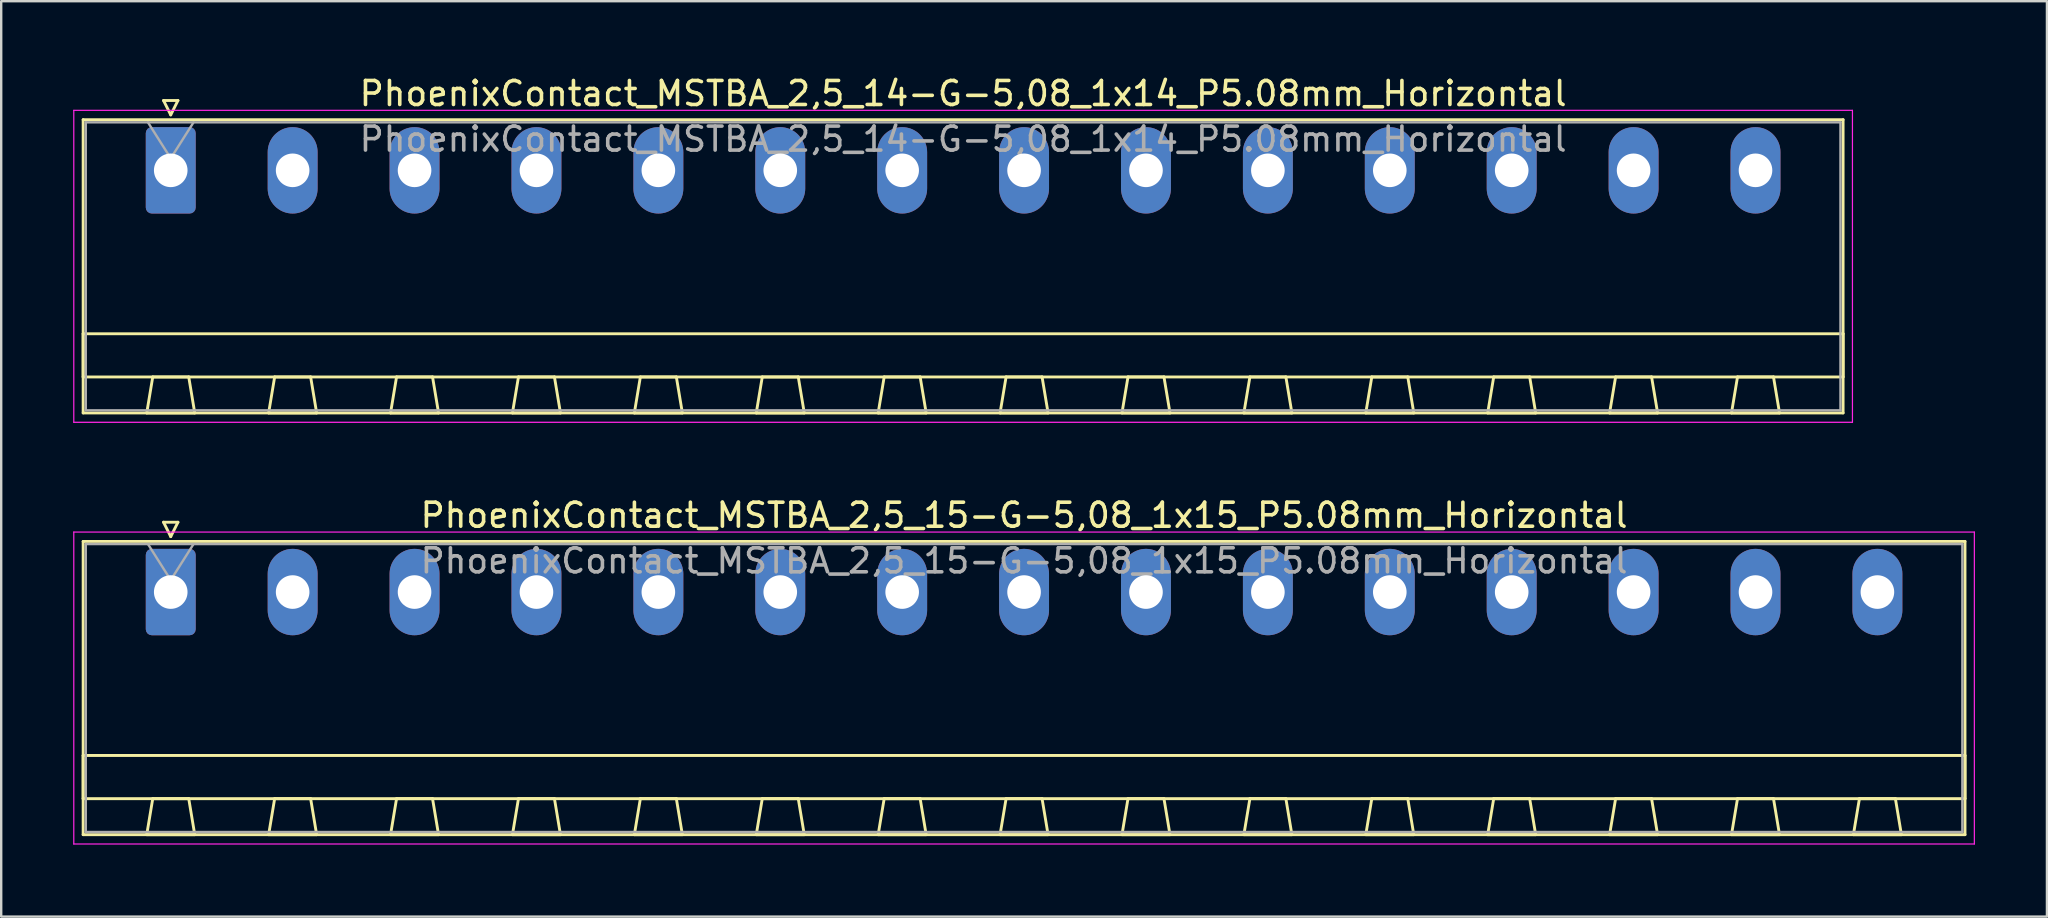
<source format=kicad_pcb>
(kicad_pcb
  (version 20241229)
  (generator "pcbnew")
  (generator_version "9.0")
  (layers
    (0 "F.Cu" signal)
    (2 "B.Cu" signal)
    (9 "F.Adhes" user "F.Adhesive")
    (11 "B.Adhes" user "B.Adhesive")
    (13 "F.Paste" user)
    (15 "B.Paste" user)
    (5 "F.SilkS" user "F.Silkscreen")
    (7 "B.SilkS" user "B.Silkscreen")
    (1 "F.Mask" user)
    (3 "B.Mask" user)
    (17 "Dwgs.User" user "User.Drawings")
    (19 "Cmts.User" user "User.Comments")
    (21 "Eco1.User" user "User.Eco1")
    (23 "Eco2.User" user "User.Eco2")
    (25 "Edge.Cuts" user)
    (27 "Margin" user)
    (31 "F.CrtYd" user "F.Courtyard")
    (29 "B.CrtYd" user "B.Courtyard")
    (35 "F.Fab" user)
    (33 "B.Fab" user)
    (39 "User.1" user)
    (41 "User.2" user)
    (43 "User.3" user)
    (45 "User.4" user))
  (footprint "PhoenixContact_MSTBA_2,5_14-G-5,08_1x14_P5.08mm_Horizontal"
    (layer "F.Cu")
    (at 4.065 4.048)
    (property "Reference" "PhoenixContact_MSTBA_2,5_14-G-5,08_1x14_P5.08mm_Horizontal" (at 33.02 -3.2 0) (layer "F.SilkS") (effects (font (size 1 1) (thickness 0.15))))
    (attr through_hole)
    (fp_line (start -3.65 -2.11) (end -3.65 10.11) (stroke (width 0.12) (type solid)) (layer "F.SilkS"))
    (fp_line (start -3.65 6.81) (end 69.69 6.81) (stroke (width 0.12) (type solid)) (layer "F.SilkS"))
    (fp_line (start -3.65 8.61) (end -3.65 6.81) (stroke (width 0.12) (type solid)) (layer "F.SilkS"))
    (fp_line (start -3.65 10.11) (end 69.69 10.11) (stroke (width 0.12) (type solid)) (layer "F.SilkS"))
    (fp_line (start -1 10.11) (end 1 10.11) (stroke (width 0.12) (type solid)) (layer "F.SilkS"))
    (fp_line (start -0.75 8.61) (end -1 10.11) (stroke (width 0.12) (type solid)) (layer "F.SilkS"))
    (fp_line (start -0.3 -2.91) (end 0.3 -2.91) (stroke (width 0.12) (type solid)) (layer "F.SilkS"))
    (fp_line (start 0 -2.31) (end -0.3 -2.91) (stroke (width 0.12) (type solid)) (layer "F.SilkS"))
    (fp_line (start 0.3 -2.91) (end 0 -2.31) (stroke (width 0.12) (type solid)) (layer "F.SilkS"))
    (fp_line (start 0.75 8.61) (end -0.75 8.61) (stroke (width 0.12) (type solid)) (layer "F.SilkS"))
    (fp_line (start 1 10.11) (end 0.75 8.61) (stroke (width 0.12) (type solid)) (layer "F.SilkS"))
    (fp_line (start 4.08 10.11) (end 6.08 10.11) (stroke (width 0.12) (type solid)) (layer "F.SilkS"))
    (fp_line (start 4.33 8.61) (end 4.08 10.11) (stroke (width 0.12) (type solid)) (layer "F.SilkS"))
    (fp_line (start 5.83 8.61) (end 4.33 8.61) (stroke (width 0.12) (type solid)) (layer "F.SilkS"))
    (fp_line (start 6.08 10.11) (end 5.83 8.61) (stroke (width 0.12) (type solid)) (layer "F.SilkS"))
    (fp_line (start 9.16 10.11) (end 11.16 10.11) (stroke (width 0.12) (type solid)) (layer "F.SilkS"))
    (fp_line (start 9.41 8.61) (end 9.16 10.11) (stroke (width 0.12) (type solid)) (layer "F.SilkS"))
    (fp_line (start 10.91 8.61) (end 9.41 8.61) (stroke (width 0.12) (type solid)) (layer "F.SilkS"))
    (fp_line (start 11.16 10.11) (end 10.91 8.61) (stroke (width 0.12) (type solid)) (layer "F.SilkS"))
    (fp_line (start 14.24 10.11) (end 16.24 10.11) (stroke (width 0.12) (type solid)) (layer "F.SilkS"))
    (fp_line (start 14.49 8.61) (end 14.24 10.11) (stroke (width 0.12) (type solid)) (layer "F.SilkS"))
    (fp_line (start 15.99 8.61) (end 14.49 8.61) (stroke (width 0.12) (type solid)) (layer "F.SilkS"))
    (fp_line (start 16.24 10.11) (end 15.99 8.61) (stroke (width 0.12) (type solid)) (layer "F.SilkS"))
    (fp_line (start 19.32 10.11) (end 21.32 10.11) (stroke (width 0.12) (type solid)) (layer "F.SilkS"))
    (fp_line (start 19.57 8.61) (end 19.32 10.11) (stroke (width 0.12) (type solid)) (layer "F.SilkS"))
    (fp_line (start 21.07 8.61) (end 19.57 8.61) (stroke (width 0.12) (type solid)) (layer "F.SilkS"))
    (fp_line (start 21.32 10.11) (end 21.07 8.61) (stroke (width 0.12) (type solid)) (layer "F.SilkS"))
    (fp_line (start 24.4 10.11) (end 26.4 10.11) (stroke (width 0.12) (type solid)) (layer "F.SilkS"))
    (fp_line (start 24.65 8.61) (end 24.4 10.11) (stroke (width 0.12) (type solid)) (layer "F.SilkS"))
    (fp_line (start 26.15 8.61) (end 24.65 8.61) (stroke (width 0.12) (type solid)) (layer "F.SilkS"))
    (fp_line (start 26.4 10.11) (end 26.15 8.61) (stroke (width 0.12) (type solid)) (layer "F.SilkS"))
    (fp_line (start 29.48 10.11) (end 31.48 10.11) (stroke (width 0.12) (type solid)) (layer "F.SilkS"))
    (fp_line (start 29.73 8.61) (end 29.48 10.11) (stroke (width 0.12) (type solid)) (layer "F.SilkS"))
    (fp_line (start 31.23 8.61) (end 29.73 8.61) (stroke (width 0.12) (type solid)) (layer "F.SilkS"))
    (fp_line (start 31.48 10.11) (end 31.23 8.61) (stroke (width 0.12) (type solid)) (layer "F.SilkS"))
    (fp_line (start 34.56 10.11) (end 36.56 10.11) (stroke (width 0.12) (type solid)) (layer "F.SilkS"))
    (fp_line (start 34.81 8.61) (end 34.56 10.11) (stroke (width 0.12) (type solid)) (layer "F.SilkS"))
    (fp_line (start 36.31 8.61) (end 34.81 8.61) (stroke (width 0.12) (type solid)) (layer "F.SilkS"))
    (fp_line (start 36.56 10.11) (end 36.31 8.61) (stroke (width 0.12) (type solid)) (layer "F.SilkS"))
    (fp_line (start 39.64 10.11) (end 41.64 10.11) (stroke (width 0.12) (type solid)) (layer "F.SilkS"))
    (fp_line (start 39.89 8.61) (end 39.64 10.11) (stroke (width 0.12) (type solid)) (layer "F.SilkS"))
    (fp_line (start 41.39 8.61) (end 39.89 8.61) (stroke (width 0.12) (type solid)) (layer "F.SilkS"))
    (fp_line (start 41.64 10.11) (end 41.39 8.61) (stroke (width 0.12) (type solid)) (layer "F.SilkS"))
    (fp_line (start 44.72 10.11) (end 46.72 10.11) (stroke (width 0.12) (type solid)) (layer "F.SilkS"))
    (fp_line (start 44.97 8.61) (end 44.72 10.11) (stroke (width 0.12) (type solid)) (layer "F.SilkS"))
    (fp_line (start 46.47 8.61) (end 44.97 8.61) (stroke (width 0.12) (type solid)) (layer "F.SilkS"))
    (fp_line (start 46.72 10.11) (end 46.47 8.61) (stroke (width 0.12) (type solid)) (layer "F.SilkS"))
    (fp_line (start 49.8 10.11) (end 51.8 10.11) (stroke (width 0.12) (type solid)) (layer "F.SilkS"))
    (fp_line (start 50.05 8.61) (end 49.8 10.11) (stroke (width 0.12) (type solid)) (layer "F.SilkS"))
    (fp_line (start 51.55 8.61) (end 50.05 8.61) (stroke (width 0.12) (type solid)) (layer "F.SilkS"))
    (fp_line (start 51.8 10.11) (end 51.55 8.61) (stroke (width 0.12) (type solid)) (layer "F.SilkS"))
    (fp_line (start 54.88 10.11) (end 56.88 10.11) (stroke (width 0.12) (type solid)) (layer "F.SilkS"))
    (fp_line (start 55.13 8.61) (end 54.88 10.11) (stroke (width 0.12) (type solid)) (layer "F.SilkS"))
    (fp_line (start 56.63 8.61) (end 55.13 8.61) (stroke (width 0.12) (type solid)) (layer "F.SilkS"))
    (fp_line (start 56.88 10.11) (end 56.63 8.61) (stroke (width 0.12) (type solid)) (layer "F.SilkS"))
    (fp_line (start 59.96 10.11) (end 61.96 10.11) (stroke (width 0.12) (type solid)) (layer "F.SilkS"))
    (fp_line (start 60.21 8.61) (end 59.96 10.11) (stroke (width 0.12) (type solid)) (layer "F.SilkS"))
    (fp_line (start 61.71 8.61) (end 60.21 8.61) (stroke (width 0.12) (type solid)) (layer "F.SilkS"))
    (fp_line (start 61.96 10.11) (end 61.71 8.61) (stroke (width 0.12) (type solid)) (layer "F.SilkS"))
    (fp_line (start 65.04 10.11) (end 67.04 10.11) (stroke (width 0.12) (type solid)) (layer "F.SilkS"))
    (fp_line (start 65.29 8.61) (end 65.04 10.11) (stroke (width 0.12) (type solid)) (layer "F.SilkS"))
    (fp_line (start 66.79 8.61) (end 65.29 8.61) (stroke (width 0.12) (type solid)) (layer "F.SilkS"))
    (fp_line (start 67.04 10.11) (end 66.79 8.61) (stroke (width 0.12) (type solid)) (layer "F.SilkS"))
    (fp_line (start 69.69 -2.11) (end -3.65 -2.11) (stroke (width 0.12) (type solid)) (layer "F.SilkS"))
    (fp_line (start 69.69 6.81) (end 69.69 8.61) (stroke (width 0.12) (type solid)) (layer "F.SilkS"))
    (fp_line (start 69.69 8.61) (end -3.65 8.61) (stroke (width 0.12) (type solid)) (layer "F.SilkS"))
    (fp_line (start 69.69 10.11) (end 69.69 -2.11) (stroke (width 0.12) (type solid)) (layer "F.SilkS"))
    (fp_line (start -4.04 -2.5) (end -4.04 10.5) (stroke (width 0.05) (type solid)) (layer "F.CrtYd"))
    (fp_line (start -4.04 10.5) (end 70.08 10.5) (stroke (width 0.05) (type solid)) (layer "F.CrtYd"))
    (fp_line (start 70.08 -2.5) (end -4.04 -2.5) (stroke (width 0.05) (type solid)) (layer "F.CrtYd"))
    (fp_line (start 70.08 10.5) (end 70.08 -2.5) (stroke (width 0.05) (type solid)) (layer "F.CrtYd"))
    (fp_line (start -3.54 -2) (end -3.54 10) (stroke (width 0.1) (type solid)) (layer "F.Fab"))
    (fp_line (start -3.54 10) (end 69.58 10) (stroke (width 0.1) (type solid)) (layer "F.Fab"))
    (fp_line (start 0 -0.5) (end -0.95 -2) (stroke (width 0.1) (type solid)) (layer "F.Fab"))
    (fp_line (start 0.95 -2) (end 0 -0.5) (stroke (width 0.1) (type solid)) (layer "F.Fab"))
    (fp_line (start 69.58 -2) (end -3.54 -2) (stroke (width 0.1) (type solid)) (layer "F.Fab"))
    (fp_line (start 69.58 10) (end 69.58 -2) (stroke (width 0.1) (type solid)) (layer "F.Fab"))
    (fp_text user "${REFERENCE}" (at 33.02 -1.3 0) (layer "F.Fab") (effects (font (size 1 1) (thickness 0.15))))
    (pad "1" thru_hole roundrect (at 0 0) (size 2.08 3.6) (drill 1.4) (layers "*.Cu" "*.Mask") (roundrect_rratio 0.12))
    (pad "2" thru_hole oval (at 5.08 0) (size 2.08 3.6) (drill 1.4) (layers "*.Cu" "*.Mask"))
    (pad "3" thru_hole oval (at 10.16 0) (size 2.08 3.6) (drill 1.4) (layers "*.Cu" "*.Mask"))
    (pad "4" thru_hole oval (at 15.24 0) (size 2.08 3.6) (drill 1.4) (layers "*.Cu" "*.Mask"))
    (pad "5" thru_hole oval (at 20.32 0) (size 2.08 3.6) (drill 1.4) (layers "*.Cu" "*.Mask"))
    (pad "6" thru_hole oval (at 25.4 0) (size 2.08 3.6) (drill 1.4) (layers "*.Cu" "*.Mask"))
    (pad "7" thru_hole oval (at 30.48 0) (size 2.08 3.6) (drill 1.4) (layers "*.Cu" "*.Mask"))
    (pad "8" thru_hole oval (at 35.56 0) (size 2.08 3.6) (drill 1.4) (layers "*.Cu" "*.Mask"))
    (pad "9" thru_hole oval (at 40.64 0) (size 2.08 3.6) (drill 1.4) (layers "*.Cu" "*.Mask"))
    (pad "10" thru_hole oval (at 45.72 0) (size 2.08 3.6) (drill 1.4) (layers "*.Cu" "*.Mask"))
    (pad "11" thru_hole oval (at 50.8 0) (size 2.08 3.6) (drill 1.4) (layers "*.Cu" "*.Mask"))
    (pad "12" thru_hole oval (at 55.88 0) (size 2.08 3.6) (drill 1.4) (layers "*.Cu" "*.Mask"))
    (pad "13" thru_hole oval (at 60.96 0) (size 2.08 3.6) (drill 1.4) (layers "*.Cu" "*.Mask"))
    (pad "14" thru_hole oval (at 66.04 0) (size 2.08 3.6) (drill 1.4) (layers "*.Cu" "*.Mask")))
  (footprint "PhoenixContact_MSTBA_2,5_15-G-5,08_1x15_P5.08mm_Horizontal"
    (layer "F.Cu")
    (at 4.065 21.622)
    (property "Reference" "PhoenixContact_MSTBA_2,5_15-G-5,08_1x15_P5.08mm_Horizontal" (at 35.56 -3.2 0) (layer "F.SilkS") (effects (font (size 1 1) (thickness 0.15))))
    (attr through_hole)
    (fp_line (start -3.65 -2.11) (end -3.65 10.11) (stroke (width 0.12) (type solid)) (layer "F.SilkS"))
    (fp_line (start -3.65 6.81) (end 74.77 6.81) (stroke (width 0.12) (type solid)) (layer "F.SilkS"))
    (fp_line (start -3.65 8.61) (end -3.65 6.81) (stroke (width 0.12) (type solid)) (layer "F.SilkS"))
    (fp_line (start -3.65 10.11) (end 74.77 10.11) (stroke (width 0.12) (type solid)) (layer "F.SilkS"))
    (fp_line (start -1 10.11) (end 1 10.11) (stroke (width 0.12) (type solid)) (layer "F.SilkS"))
    (fp_line (start -0.75 8.61) (end -1 10.11) (stroke (width 0.12) (type solid)) (layer "F.SilkS"))
    (fp_line (start -0.3 -2.91) (end 0.3 -2.91) (stroke (width 0.12) (type solid)) (layer "F.SilkS"))
    (fp_line (start 0 -2.31) (end -0.3 -2.91) (stroke (width 0.12) (type solid)) (layer "F.SilkS"))
    (fp_line (start 0.3 -2.91) (end 0 -2.31) (stroke (width 0.12) (type solid)) (layer "F.SilkS"))
    (fp_line (start 0.75 8.61) (end -0.75 8.61) (stroke (width 0.12) (type solid)) (layer "F.SilkS"))
    (fp_line (start 1 10.11) (end 0.75 8.61) (stroke (width 0.12) (type solid)) (layer "F.SilkS"))
    (fp_line (start 4.08 10.11) (end 6.08 10.11) (stroke (width 0.12) (type solid)) (layer "F.SilkS"))
    (fp_line (start 4.33 8.61) (end 4.08 10.11) (stroke (width 0.12) (type solid)) (layer "F.SilkS"))
    (fp_line (start 5.83 8.61) (end 4.33 8.61) (stroke (width 0.12) (type solid)) (layer "F.SilkS"))
    (fp_line (start 6.08 10.11) (end 5.83 8.61) (stroke (width 0.12) (type solid)) (layer "F.SilkS"))
    (fp_line (start 9.16 10.11) (end 11.16 10.11) (stroke (width 0.12) (type solid)) (layer "F.SilkS"))
    (fp_line (start 9.41 8.61) (end 9.16 10.11) (stroke (width 0.12) (type solid)) (layer "F.SilkS"))
    (fp_line (start 10.91 8.61) (end 9.41 8.61) (stroke (width 0.12) (type solid)) (layer "F.SilkS"))
    (fp_line (start 11.16 10.11) (end 10.91 8.61) (stroke (width 0.12) (type solid)) (layer "F.SilkS"))
    (fp_line (start 14.24 10.11) (end 16.24 10.11) (stroke (width 0.12) (type solid)) (layer "F.SilkS"))
    (fp_line (start 14.49 8.61) (end 14.24 10.11) (stroke (width 0.12) (type solid)) (layer "F.SilkS"))
    (fp_line (start 15.99 8.61) (end 14.49 8.61) (stroke (width 0.12) (type solid)) (layer "F.SilkS"))
    (fp_line (start 16.24 10.11) (end 15.99 8.61) (stroke (width 0.12) (type solid)) (layer "F.SilkS"))
    (fp_line (start 19.32 10.11) (end 21.32 10.11) (stroke (width 0.12) (type solid)) (layer "F.SilkS"))
    (fp_line (start 19.57 8.61) (end 19.32 10.11) (stroke (width 0.12) (type solid)) (layer "F.SilkS"))
    (fp_line (start 21.07 8.61) (end 19.57 8.61) (stroke (width 0.12) (type solid)) (layer "F.SilkS"))
    (fp_line (start 21.32 10.11) (end 21.07 8.61) (stroke (width 0.12) (type solid)) (layer "F.SilkS"))
    (fp_line (start 24.4 10.11) (end 26.4 10.11) (stroke (width 0.12) (type solid)) (layer "F.SilkS"))
    (fp_line (start 24.65 8.61) (end 24.4 10.11) (stroke (width 0.12) (type solid)) (layer "F.SilkS"))
    (fp_line (start 26.15 8.61) (end 24.65 8.61) (stroke (width 0.12) (type solid)) (layer "F.SilkS"))
    (fp_line (start 26.4 10.11) (end 26.15 8.61) (stroke (width 0.12) (type solid)) (layer "F.SilkS"))
    (fp_line (start 29.48 10.11) (end 31.48 10.11) (stroke (width 0.12) (type solid)) (layer "F.SilkS"))
    (fp_line (start 29.73 8.61) (end 29.48 10.11) (stroke (width 0.12) (type solid)) (layer "F.SilkS"))
    (fp_line (start 31.23 8.61) (end 29.73 8.61) (stroke (width 0.12) (type solid)) (layer "F.SilkS"))
    (fp_line (start 31.48 10.11) (end 31.23 8.61) (stroke (width 0.12) (type solid)) (layer "F.SilkS"))
    (fp_line (start 34.56 10.11) (end 36.56 10.11) (stroke (width 0.12) (type solid)) (layer "F.SilkS"))
    (fp_line (start 34.81 8.61) (end 34.56 10.11) (stroke (width 0.12) (type solid)) (layer "F.SilkS"))
    (fp_line (start 36.31 8.61) (end 34.81 8.61) (stroke (width 0.12) (type solid)) (layer "F.SilkS"))
    (fp_line (start 36.56 10.11) (end 36.31 8.61) (stroke (width 0.12) (type solid)) (layer "F.SilkS"))
    (fp_line (start 39.64 10.11) (end 41.64 10.11) (stroke (width 0.12) (type solid)) (layer "F.SilkS"))
    (fp_line (start 39.89 8.61) (end 39.64 10.11) (stroke (width 0.12) (type solid)) (layer "F.SilkS"))
    (fp_line (start 41.39 8.61) (end 39.89 8.61) (stroke (width 0.12) (type solid)) (layer "F.SilkS"))
    (fp_line (start 41.64 10.11) (end 41.39 8.61) (stroke (width 0.12) (type solid)) (layer "F.SilkS"))
    (fp_line (start 44.72 10.11) (end 46.72 10.11) (stroke (width 0.12) (type solid)) (layer "F.SilkS"))
    (fp_line (start 44.97 8.61) (end 44.72 10.11) (stroke (width 0.12) (type solid)) (layer "F.SilkS"))
    (fp_line (start 46.47 8.61) (end 44.97 8.61) (stroke (width 0.12) (type solid)) (layer "F.SilkS"))
    (fp_line (start 46.72 10.11) (end 46.47 8.61) (stroke (width 0.12) (type solid)) (layer "F.SilkS"))
    (fp_line (start 49.8 10.11) (end 51.8 10.11) (stroke (width 0.12) (type solid)) (layer "F.SilkS"))
    (fp_line (start 50.05 8.61) (end 49.8 10.11) (stroke (width 0.12) (type solid)) (layer "F.SilkS"))
    (fp_line (start 51.55 8.61) (end 50.05 8.61) (stroke (width 0.12) (type solid)) (layer "F.SilkS"))
    (fp_line (start 51.8 10.11) (end 51.55 8.61) (stroke (width 0.12) (type solid)) (layer "F.SilkS"))
    (fp_line (start 54.88 10.11) (end 56.88 10.11) (stroke (width 0.12) (type solid)) (layer "F.SilkS"))
    (fp_line (start 55.13 8.61) (end 54.88 10.11) (stroke (width 0.12) (type solid)) (layer "F.SilkS"))
    (fp_line (start 56.63 8.61) (end 55.13 8.61) (stroke (width 0.12) (type solid)) (layer "F.SilkS"))
    (fp_line (start 56.88 10.11) (end 56.63 8.61) (stroke (width 0.12) (type solid)) (layer "F.SilkS"))
    (fp_line (start 59.96 10.11) (end 61.96 10.11) (stroke (width 0.12) (type solid)) (layer "F.SilkS"))
    (fp_line (start 60.21 8.61) (end 59.96 10.11) (stroke (width 0.12) (type solid)) (layer "F.SilkS"))
    (fp_line (start 61.71 8.61) (end 60.21 8.61) (stroke (width 0.12) (type solid)) (layer "F.SilkS"))
    (fp_line (start 61.96 10.11) (end 61.71 8.61) (stroke (width 0.12) (type solid)) (layer "F.SilkS"))
    (fp_line (start 65.04 10.11) (end 67.04 10.11) (stroke (width 0.12) (type solid)) (layer "F.SilkS"))
    (fp_line (start 65.29 8.61) (end 65.04 10.11) (stroke (width 0.12) (type solid)) (layer "F.SilkS"))
    (fp_line (start 66.79 8.61) (end 65.29 8.61) (stroke (width 0.12) (type solid)) (layer "F.SilkS"))
    (fp_line (start 67.04 10.11) (end 66.79 8.61) (stroke (width 0.12) (type solid)) (layer "F.SilkS"))
    (fp_line (start 70.12 10.11) (end 72.12 10.11) (stroke (width 0.12) (type solid)) (layer "F.SilkS"))
    (fp_line (start 70.37 8.61) (end 70.12 10.11) (stroke (width 0.12) (type solid)) (layer "F.SilkS"))
    (fp_line (start 71.87 8.61) (end 70.37 8.61) (stroke (width 0.12) (type solid)) (layer "F.SilkS"))
    (fp_line (start 72.12 10.11) (end 71.87 8.61) (stroke (width 0.12) (type solid)) (layer "F.SilkS"))
    (fp_line (start 74.77 -2.11) (end -3.65 -2.11) (stroke (width 0.12) (type solid)) (layer "F.SilkS"))
    (fp_line (start 74.77 6.81) (end 74.77 8.61) (stroke (width 0.12) (type solid)) (layer "F.SilkS"))
    (fp_line (start 74.77 8.61) (end -3.65 8.61) (stroke (width 0.12) (type solid)) (layer "F.SilkS"))
    (fp_line (start 74.77 10.11) (end 74.77 -2.11) (stroke (width 0.12) (type solid)) (layer "F.SilkS"))
    (fp_line (start -4.04 -2.5) (end -4.04 10.5) (stroke (width 0.05) (type solid)) (layer "F.CrtYd"))
    (fp_line (start -4.04 10.5) (end 75.16 10.5) (stroke (width 0.05) (type solid)) (layer "F.CrtYd"))
    (fp_line (start 75.16 -2.5) (end -4.04 -2.5) (stroke (width 0.05) (type solid)) (layer "F.CrtYd"))
    (fp_line (start 75.16 10.5) (end 75.16 -2.5) (stroke (width 0.05) (type solid)) (layer "F.CrtYd"))
    (fp_line (start -3.54 -2) (end -3.54 10) (stroke (width 0.1) (type solid)) (layer "F.Fab"))
    (fp_line (start -3.54 10) (end 74.66 10) (stroke (width 0.1) (type solid)) (layer "F.Fab"))
    (fp_line (start 0 -0.5) (end -0.95 -2) (stroke (width 0.1) (type solid)) (layer "F.Fab"))
    (fp_line (start 0.95 -2) (end 0 -0.5) (stroke (width 0.1) (type solid)) (layer "F.Fab"))
    (fp_line (start 74.66 -2) (end -3.54 -2) (stroke (width 0.1) (type solid)) (layer "F.Fab"))
    (fp_line (start 74.66 10) (end 74.66 -2) (stroke (width 0.1) (type solid)) (layer "F.Fab"))
    (fp_text user "${REFERENCE}" (at 35.56 -1.3 0) (layer "F.Fab") (effects (font (size 1 1) (thickness 0.15))))
    (pad "1" thru_hole roundrect (at 0 0) (size 2.08 3.6) (drill 1.4) (layers "*.Cu" "*.Mask") (roundrect_rratio 0.12))
    (pad "2" thru_hole oval (at 5.08 0) (size 2.08 3.6) (drill 1.4) (layers "*.Cu" "*.Mask"))
    (pad "3" thru_hole oval (at 10.16 0) (size 2.08 3.6) (drill 1.4) (layers "*.Cu" "*.Mask"))
    (pad "4" thru_hole oval (at 15.24 0) (size 2.08 3.6) (drill 1.4) (layers "*.Cu" "*.Mask"))
    (pad "5" thru_hole oval (at 20.32 0) (size 2.08 3.6) (drill 1.4) (layers "*.Cu" "*.Mask"))
    (pad "6" thru_hole oval (at 25.4 0) (size 2.08 3.6) (drill 1.4) (layers "*.Cu" "*.Mask"))
    (pad "7" thru_hole oval (at 30.48 0) (size 2.08 3.6) (drill 1.4) (layers "*.Cu" "*.Mask"))
    (pad "8" thru_hole oval (at 35.56 0) (size 2.08 3.6) (drill 1.4) (layers "*.Cu" "*.Mask"))
    (pad "9" thru_hole oval (at 40.64 0) (size 2.08 3.6) (drill 1.4) (layers "*.Cu" "*.Mask"))
    (pad "10" thru_hole oval (at 45.72 0) (size 2.08 3.6) (drill 1.4) (layers "*.Cu" "*.Mask"))
    (pad "11" thru_hole oval (at 50.8 0) (size 2.08 3.6) (drill 1.4) (layers "*.Cu" "*.Mask"))
    (pad "12" thru_hole oval (at 55.88 0) (size 2.08 3.6) (drill 1.4) (layers "*.Cu" "*.Mask"))
    (pad "13" thru_hole oval (at 60.96 0) (size 2.08 3.6) (drill 1.4) (layers "*.Cu" "*.Mask"))
    (pad "14" thru_hole oval (at 66.04 0) (size 2.08 3.6) (drill 1.4) (layers "*.Cu" "*.Mask"))
    (pad "15" thru_hole oval (at 71.12 0) (size 2.08 3.6) (drill 1.4) (layers "*.Cu" "*.Mask")))
  (gr_rect
    (start -3 -3)
    (end 82.25 35.147)
    (stroke (width 0.1) (type default))
    (fill no)
    (layer "Edge.Cuts")))
</source>
